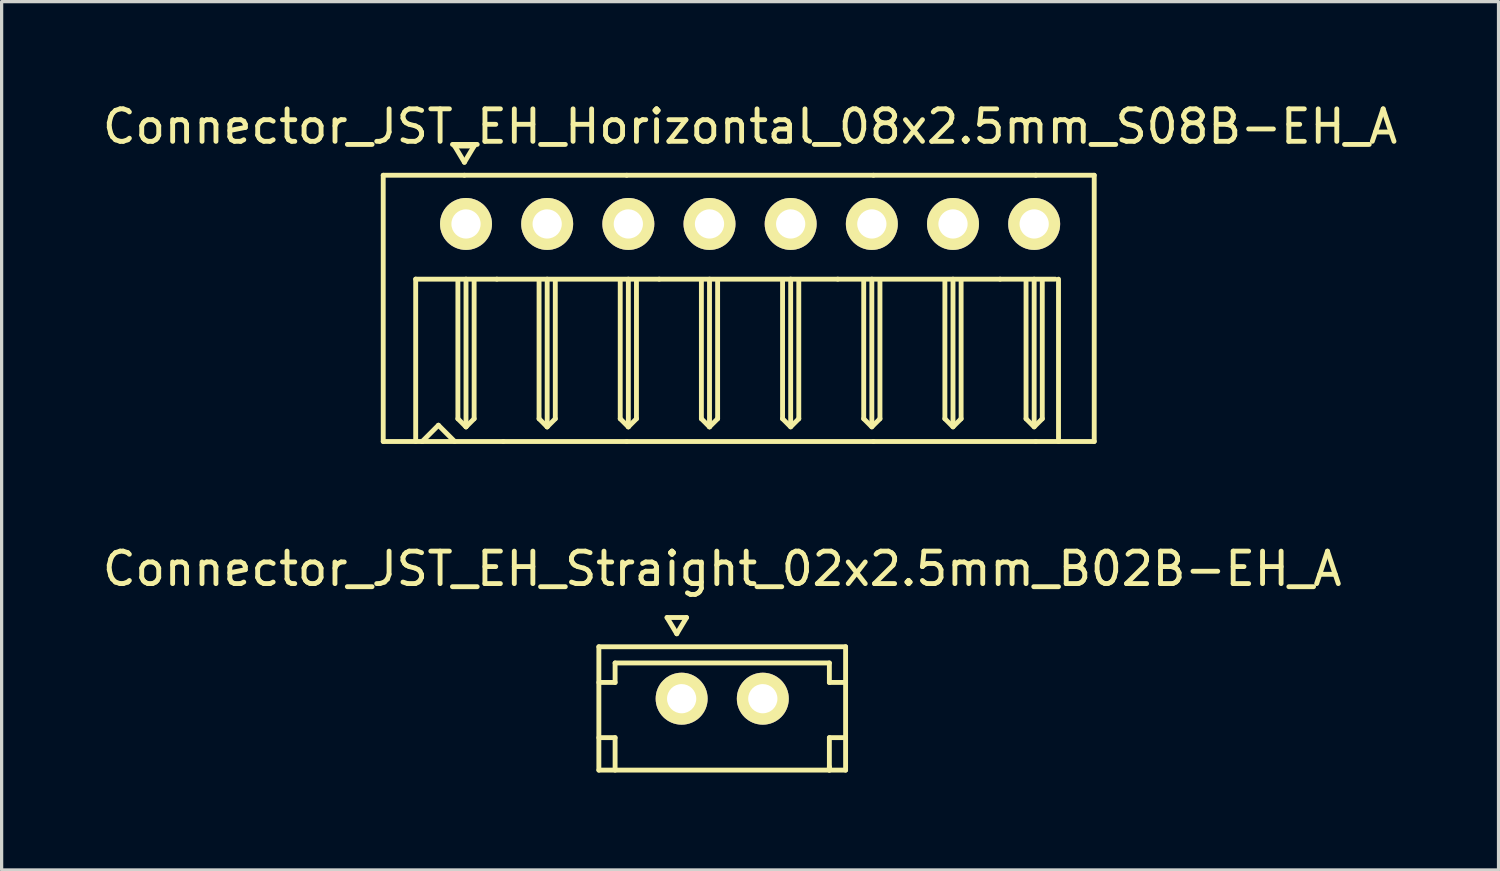
<source format=kicad_pcb>
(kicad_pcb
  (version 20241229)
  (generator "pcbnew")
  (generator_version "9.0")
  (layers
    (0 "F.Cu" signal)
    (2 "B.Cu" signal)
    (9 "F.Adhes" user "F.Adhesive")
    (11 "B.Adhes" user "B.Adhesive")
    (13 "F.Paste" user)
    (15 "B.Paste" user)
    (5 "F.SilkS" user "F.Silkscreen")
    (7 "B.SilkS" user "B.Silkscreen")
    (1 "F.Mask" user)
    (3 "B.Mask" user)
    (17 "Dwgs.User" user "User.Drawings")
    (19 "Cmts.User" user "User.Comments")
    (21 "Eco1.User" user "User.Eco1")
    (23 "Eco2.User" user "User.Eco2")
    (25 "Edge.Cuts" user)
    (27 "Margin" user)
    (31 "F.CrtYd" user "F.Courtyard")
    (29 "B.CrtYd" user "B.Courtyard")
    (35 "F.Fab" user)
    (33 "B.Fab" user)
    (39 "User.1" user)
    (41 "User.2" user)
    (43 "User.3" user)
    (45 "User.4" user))
  (footprint "Connector_JST_EH_Straight_02x2.5mm_B02B-EH_A"
    (layer "F.Cu")
    (at 19.196 18.471)
    (property "Reference" "Connector_JST_EH_Straight_02x2.5mm_B02B-EH_A" (at 0 -4 0) (layer "F.SilkS") (effects (font (size 1 1) (thickness 0.15))))
    (attr through_hole)
    (fp_line (start -3.8 -1.6) (end -3.8 2.2) (stroke (width 0.15) (type solid)) (layer "F.SilkS"))
    (fp_line (start -3.8 -1.6) (end 3.8 -1.6) (stroke (width 0.15) (type solid)) (layer "F.SilkS"))
    (fp_line (start -3.3 -1.1) (end -3.3 -0.5) (stroke (width 0.15) (type solid)) (layer "F.SilkS"))
    (fp_line (start -3.3 -0.5) (end -3.8 -0.5) (stroke (width 0.15) (type solid)) (layer "F.SilkS"))
    (fp_line (start -3.3 1.2) (end -3.8 1.2) (stroke (width 0.15) (type solid)) (layer "F.SilkS"))
    (fp_line (start -3.3 1.2) (end -3.3 2.2) (stroke (width 0.15) (type solid)) (layer "F.SilkS"))
    (fp_line (start -1.7 -2.5) (end -1.4 -2) (stroke (width 0.15) (type solid)) (layer "F.SilkS"))
    (fp_line (start -1.4 -2) (end -1.1 -2.5) (stroke (width 0.15) (type solid)) (layer "F.SilkS"))
    (fp_line (start -1.1 -2.5) (end -1.7 -2.5) (stroke (width 0.15) (type solid)) (layer "F.SilkS"))
    (fp_line (start 3.3 -1.1) (end -3.3 -1.1) (stroke (width 0.15) (type solid)) (layer "F.SilkS"))
    (fp_line (start 3.3 -1.1) (end 3.3 -0.5) (stroke (width 0.15) (type solid)) (layer "F.SilkS"))
    (fp_line (start 3.3 1.2) (end 3.3 2.2) (stroke (width 0.15) (type solid)) (layer "F.SilkS"))
    (fp_line (start 3.3 1.2) (end 3.8 1.2) (stroke (width 0.15) (type solid)) (layer "F.SilkS"))
    (fp_line (start 3.3 2.2) (end 3.3 2.1) (stroke (width 0.15) (type solid)) (layer "F.SilkS"))
    (fp_line (start 3.8 -1.6) (end 3.8 2.2) (stroke (width 0.15) (type solid)) (layer "F.SilkS"))
    (fp_line (start 3.8 -0.5) (end 3.3 -0.5) (stroke (width 0.15) (type solid)) (layer "F.SilkS"))
    (fp_line (start 3.8 2.2) (end -3.8 2.2) (stroke (width 0.15) (type solid)) (layer "F.SilkS"))
    (pad "1" thru_hole circle (at -1.25 0) (size 1.6 1.6) (drill 0.9) (layers "*.Cu" "*.Mask" "F.SilkS"))
    (pad "2" thru_hole circle (at 1.25 0) (size 1.6 1.6) (drill 0.9) (layers "*.Cu" "*.Mask" "F.SilkS")))
  (footprint "Connector_JST_EH_Horizontal_08x2.5mm_S08B-EH_A"
    (layer "F.Cu")
    (at 20.054 3.848)
    (property "Reference" "Connector_JST_EH_Horizontal_08x2.5mm_S08B-EH_A" (at 0 -3 0) (layer "F.SilkS") (effects (font (size 1 1) (thickness 0.15))))
    (attr through_hole)
    (fp_line (start -11.3 -1.5) (end -11.3 6.7) (stroke (width 0.15) (type solid)) (layer "F.SilkS"))
    (fp_line (start -11.3 -1.5) (end -8.8 -1.5) (stroke (width 0.15) (type solid)) (layer "F.SilkS"))
    (fp_line (start -11.3 6.7) (end -10.1 6.7) (stroke (width 0.15) (type solid)) (layer "F.SilkS"))
    (fp_line (start -10.3 1.7) (end -10.3 6.7) (stroke (width 0.15) (type solid)) (layer "F.SilkS"))
    (fp_line (start -9.6 6.2) (end -10.1 6.7) (stroke (width 0.15) (type solid)) (layer "F.SilkS"))
    (fp_line (start -9.6 6.2) (end -9.1 6.7) (stroke (width 0.15) (type solid)) (layer "F.SilkS"))
    (fp_line (start -9.1 -2.4) (end -8.8 -1.9) (stroke (width 0.15) (type solid)) (layer "F.SilkS"))
    (fp_line (start -9 6) (end -9 1.75) (stroke (width 0.15) (type solid)) (layer "F.SilkS"))
    (fp_line (start -8.8 -1.9) (end -8.5 -2.4) (stroke (width 0.15) (type solid)) (layer "F.SilkS"))
    (fp_line (start -8.8 -1.5) (end -3.8 -1.5) (stroke (width 0.15) (type solid)) (layer "F.SilkS"))
    (fp_line (start -8.75 6.25) (end -9 6) (stroke (width 0.15) (type solid)) (layer "F.SilkS"))
    (fp_line (start -8.75 6.25) (end -8.75 1.7) (stroke (width 0.15) (type solid)) (layer "F.SilkS"))
    (fp_line (start -8.5 -2.4) (end -9.1 -2.4) (stroke (width 0.15) (type solid)) (layer "F.SilkS"))
    (fp_line (start -8.5 1.75) (end -8.5 6) (stroke (width 0.15) (type solid)) (layer "F.SilkS"))
    (fp_line (start -8.5 6) (end -8.75 6.25) (stroke (width 0.15) (type solid)) (layer "F.SilkS"))
    (fp_line (start -7.8 1.7) (end -10.3 1.7) (stroke (width 0.15) (type solid)) (layer "F.SilkS"))
    (fp_line (start -7.6 6.7) (end -10.1 6.7) (stroke (width 0.15) (type solid)) (layer "F.SilkS"))
    (fp_line (start -7.6 6.7) (end -3.8 6.7) (stroke (width 0.15) (type solid)) (layer "F.SilkS"))
    (fp_line (start -6.5 6) (end -6.5 1.75) (stroke (width 0.15) (type solid)) (layer "F.SilkS"))
    (fp_line (start -6.25 6.25) (end -6.5 6) (stroke (width 0.15) (type solid)) (layer "F.SilkS"))
    (fp_line (start -6.25 6.25) (end -6.25 1.7) (stroke (width 0.15) (type solid)) (layer "F.SilkS"))
    (fp_line (start -6 1.75) (end -6 6) (stroke (width 0.15) (type solid)) (layer "F.SilkS"))
    (fp_line (start -6 6) (end -6.25 6.25) (stroke (width 0.15) (type solid)) (layer "F.SilkS"))
    (fp_line (start -4 6) (end -4 1.75) (stroke (width 0.15) (type solid)) (layer "F.SilkS"))
    (fp_line (start -3.8 -1.5) (end 3.8 -1.5) (stroke (width 0.15) (type solid)) (layer "F.SilkS"))
    (fp_line (start -3.75 6.25) (end -4 6) (stroke (width 0.15) (type solid)) (layer "F.SilkS"))
    (fp_line (start -3.75 6.25) (end -3.75 1.7) (stroke (width 0.15) (type solid)) (layer "F.SilkS"))
    (fp_line (start -3.5 1.75) (end -3.5 6) (stroke (width 0.15) (type solid)) (layer "F.SilkS"))
    (fp_line (start -3.5 6) (end -3.75 6.25) (stroke (width 0.15) (type solid)) (layer "F.SilkS"))
    (fp_line (start -2.8 1.7) (end -7.8 1.7) (stroke (width 0.15) (type solid)) (layer "F.SilkS"))
    (fp_line (start -1.5 6) (end -1.5 1.75) (stroke (width 0.15) (type solid)) (layer "F.SilkS"))
    (fp_line (start -1.25 6.25) (end -1.5 6) (stroke (width 0.15) (type solid)) (layer "F.SilkS"))
    (fp_line (start -1.25 6.25) (end -1.25 1.7) (stroke (width 0.15) (type solid)) (layer "F.SilkS"))
    (fp_line (start -1 1.75) (end -1 6) (stroke (width 0.15) (type solid)) (layer "F.SilkS"))
    (fp_line (start -1 6) (end -1.25 6.25) (stroke (width 0.15) (type solid)) (layer "F.SilkS"))
    (fp_line (start 1 1.75) (end 1 6) (stroke (width 0.15) (type solid)) (layer "F.SilkS"))
    (fp_line (start 1 6) (end 1.25 6.25) (stroke (width 0.15) (type solid)) (layer "F.SilkS"))
    (fp_line (start 1.25 6.2) (end 1.25 1.7) (stroke (width 0.15) (type solid)) (layer "F.SilkS"))
    (fp_line (start 1.25 6.25) (end 1.5 6) (stroke (width 0.15) (type solid)) (layer "F.SilkS"))
    (fp_line (start 1.5 6) (end 1.5 1.75) (stroke (width 0.15) (type solid)) (layer "F.SilkS"))
    (fp_line (start 2.7 1.7) (end -2.8 1.7) (stroke (width 0.15) (type solid)) (layer "F.SilkS"))
    (fp_line (start 3.5 1.75) (end 3.5 6) (stroke (width 0.15) (type solid)) (layer "F.SilkS"))
    (fp_line (start 3.5 6) (end 3.75 6.25) (stroke (width 0.15) (type solid)) (layer "F.SilkS"))
    (fp_line (start 3.75 6.2) (end 3.75 1.7) (stroke (width 0.15) (type solid)) (layer "F.SilkS"))
    (fp_line (start 3.75 6.25) (end 4 6) (stroke (width 0.15) (type solid)) (layer "F.SilkS"))
    (fp_line (start 3.8 6.7) (end -3.8 6.7) (stroke (width 0.15) (type solid)) (layer "F.SilkS"))
    (fp_line (start 3.8 6.7) (end 8.8 6.7) (stroke (width 0.15) (type solid)) (layer "F.SilkS"))
    (fp_line (start 4 6) (end 4 1.75) (stroke (width 0.15) (type solid)) (layer "F.SilkS"))
    (fp_line (start 6 1.75) (end 6 6) (stroke (width 0.15) (type solid)) (layer "F.SilkS"))
    (fp_line (start 6 6) (end 6.25 6.25) (stroke (width 0.15) (type solid)) (layer "F.SilkS"))
    (fp_line (start 6.25 6.2) (end 6.25 1.7) (stroke (width 0.15) (type solid)) (layer "F.SilkS"))
    (fp_line (start 6.25 6.25) (end 6.5 6) (stroke (width 0.15) (type solid)) (layer "F.SilkS"))
    (fp_line (start 6.5 6) (end 6.5 1.75) (stroke (width 0.15) (type solid)) (layer "F.SilkS"))
    (fp_line (start 7.7 1.7) (end 2.7 1.7) (stroke (width 0.15) (type solid)) (layer "F.SilkS"))
    (fp_line (start 8.5 1.75) (end 8.5 6) (stroke (width 0.15) (type solid)) (layer "F.SilkS"))
    (fp_line (start 8.5 6) (end 8.75 6.25) (stroke (width 0.15) (type solid)) (layer "F.SilkS"))
    (fp_line (start 8.75 6.2) (end 8.75 1.7) (stroke (width 0.15) (type solid)) (layer "F.SilkS"))
    (fp_line (start 8.75 6.25) (end 9 6) (stroke (width 0.15) (type solid)) (layer "F.SilkS"))
    (fp_line (start 8.8 -1.5) (end 3.8 -1.5) (stroke (width 0.15) (type solid)) (layer "F.SilkS"))
    (fp_line (start 9 6) (end 9 1.75) (stroke (width 0.15) (type solid)) (layer "F.SilkS"))
    (fp_line (start 9.4 1.7) (end 7.7 1.7) (stroke (width 0.15) (type solid)) (layer "F.SilkS"))
    (fp_line (start 9.5 1.7) (end 9.5 6.7) (stroke (width 0.15) (type solid)) (layer "F.SilkS"))
    (fp_line (start 10.6 -1.5) (end 8.8 -1.5) (stroke (width 0.15) (type solid)) (layer "F.SilkS"))
    (fp_line (start 10.6 -1.5) (end 10.6 6.7) (stroke (width 0.15) (type solid)) (layer "F.SilkS"))
    (fp_line (start 10.6 6.7) (end 8.8 6.7) (stroke (width 0.15) (type solid)) (layer "F.SilkS"))
    (pad "1" thru_hole circle (at -8.75 0) (size 1.6 1.6) (drill 0.9) (layers "*.Cu" "*.Mask" "F.SilkS"))
    (pad "2" thru_hole circle (at -6.25 0) (size 1.6 1.6) (drill 0.9) (layers "*.Cu" "*.Mask" "F.SilkS"))
    (pad "3" thru_hole circle (at -3.75 0) (size 1.6 1.6) (drill 0.9) (layers "*.Cu" "*.Mask" "F.SilkS"))
    (pad "4" thru_hole circle (at -1.25 0) (size 1.6 1.6) (drill 0.9) (layers "*.Cu" "*.Mask" "F.SilkS"))
    (pad "5" thru_hole circle (at 1.25 0) (size 1.6 1.6) (drill 0.9) (layers "*.Cu" "*.Mask" "F.SilkS"))
    (pad "6" thru_hole circle (at 3.75 0) (size 1.6 1.6) (drill 0.9) (layers "*.Cu" "*.Mask" "F.SilkS"))
    (pad "7" thru_hole circle (at 6.25 0) (size 1.6 1.6) (drill 0.9) (layers "*.Cu" "*.Mask" "F.SilkS"))
    (pad "8" thru_hole circle (at 8.75 0) (size 1.6 1.6) (drill 0.9) (layers "*.Cu" "*.Mask" "F.SilkS")))
  (gr_rect
    (start -3 -3)
    (end 43.107 23.747)
    (stroke (width 0.1) (type default))
    (fill no)
    (layer "Edge.Cuts")))
</source>
